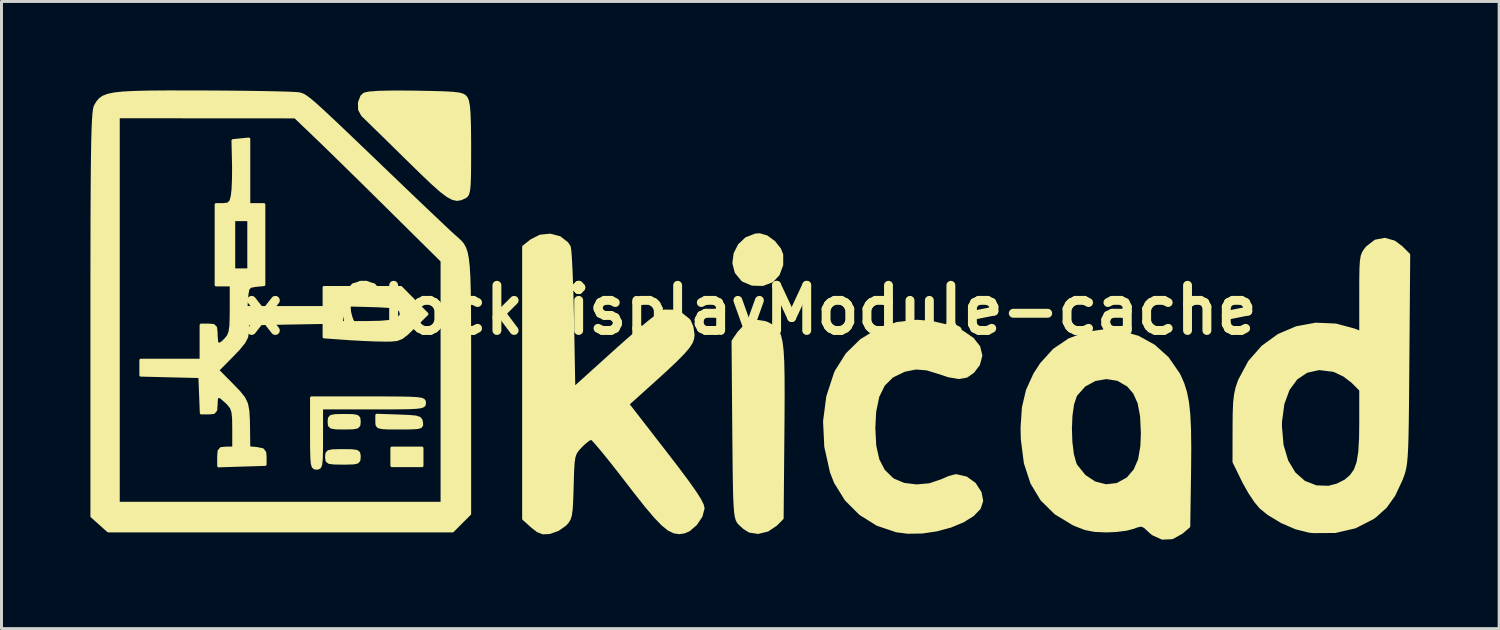
<source format=kicad_pcb>
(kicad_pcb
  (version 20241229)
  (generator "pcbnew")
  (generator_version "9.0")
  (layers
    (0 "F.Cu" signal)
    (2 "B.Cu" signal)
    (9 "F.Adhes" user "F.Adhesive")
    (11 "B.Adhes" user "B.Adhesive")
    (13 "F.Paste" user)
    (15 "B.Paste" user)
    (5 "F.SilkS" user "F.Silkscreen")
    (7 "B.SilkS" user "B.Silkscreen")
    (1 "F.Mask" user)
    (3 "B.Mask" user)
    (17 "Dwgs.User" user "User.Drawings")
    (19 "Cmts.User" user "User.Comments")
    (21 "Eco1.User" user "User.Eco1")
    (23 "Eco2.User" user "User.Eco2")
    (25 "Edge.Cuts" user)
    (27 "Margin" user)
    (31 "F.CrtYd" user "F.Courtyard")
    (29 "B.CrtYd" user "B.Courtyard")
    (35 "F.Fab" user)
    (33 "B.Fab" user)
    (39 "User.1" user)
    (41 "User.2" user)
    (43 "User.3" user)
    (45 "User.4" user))
  (footprint "x-ClockDisplayModule-cache"
    (layer "F.Cu")
    (at 22.275 7.408)
    (property "Reference" "x-ClockDisplayModule-cache" (at 0 0 0) (layer "F.SilkS") (effects (font (size 1.524 1.524) (thickness 0.3))))
    (attr through_hole)
    (fp_poly (pts (xy -11.091 5.249) (xy -11.599 5.249) (xy -12.107 5.249) (xy -12.107 4.953) (xy -12.107 4.657) (xy -11.599 4.657) (xy -11.091 4.657) (xy -11.091 4.953) (xy -11.091 5.249)) (stroke (width 0.1) (type solid)) (fill yes) (layer "F.SilkS"))
    (fp_poly (pts (xy 1.044 -1.868) (xy 1.044 -1.524) (xy 0.926 -1.205) (xy 0.716 -0.979) (xy 0.4 -0.863) (xy 0.05 -0.872) (xy -0.26 -1.003) (xy -0.282 -1.02) (xy -0.493 -1.277) (xy -0.571 -1.583) (xy -0.531 -1.898) (xy -0.387 -2.185) (xy -0.153 -2.408) (xy 0.156 -2.529) (xy 0.294 -2.54) (xy 0.537 -2.469) (xy 0.782 -2.289) (xy 0.972 -2.05) (xy 1.044 -1.868)) (stroke (width 0.1) (type solid)) (fill yes) (layer "F.SilkS"))
    (fp_poly (pts (xy -11.102 3.879) (xy -11.138 3.935) (xy -11.248 3.965) (xy -11.462 3.977) (xy -11.812 3.979) (xy -11.847 3.979) (xy -12.21 3.978) (xy -12.435 3.967) (xy -12.556 3.938) (xy -12.606 3.881) (xy -12.615 3.788) (xy -12.615 3.764) (xy -12.615 3.549) (xy -11.874 3.574) (xy -11.518 3.589) (xy -11.297 3.61) (xy -11.177 3.649) (xy -11.124 3.713) (xy -11.107 3.789) (xy -11.102 3.879)) (stroke (width 0.1) (type solid)) (fill yes) (layer "F.SilkS"))
    (fp_poly (pts (xy -13.208 3.768) (xy -13.219 3.885) (xy -13.278 3.948) (xy -13.424 3.974) (xy -13.698 3.979) (xy -13.716 3.979) (xy -13.998 3.975) (xy -14.15 3.95) (xy -14.212 3.889) (xy -14.224 3.775) (xy -14.224 3.768) (xy -14.213 3.65) (xy -14.154 3.587) (xy -14.008 3.561) (xy -13.734 3.556) (xy -13.716 3.556) (xy -13.434 3.56) (xy -13.282 3.585) (xy -13.22 3.646) (xy -13.208 3.76) (xy -13.208 3.768)) (stroke (width 0.1) (type solid)) (fill yes) (layer "F.SilkS"))
    (fp_poly (pts (xy -13.208 4.953) (xy -13.218 5.067) (xy -13.272 5.13) (xy -13.41 5.158) (xy -13.668 5.165) (xy -13.758 5.165) (xy -14.054 5.161) (xy -14.219 5.14) (xy -14.291 5.087) (xy -14.308 4.988) (xy -14.309 4.953) (xy -14.299 4.839) (xy -14.245 4.776) (xy -14.107 4.748) (xy -13.848 4.741) (xy -13.758 4.741) (xy -13.462 4.745) (xy -13.298 4.766) (xy -13.226 4.819) (xy -13.208 4.918) (xy -13.208 4.953)) (stroke (width 0.1) (type solid)) (fill yes) (layer "F.SilkS"))
    (fp_poly (pts (xy -11.007 3.133) (xy -11.013 3.19) (xy -11.047 3.232) (xy -11.13 3.262) (xy -11.284 3.282) (xy -11.529 3.294) (xy -11.889 3.3) (xy -12.383 3.302) (xy -12.742 3.302) (xy -14.478 3.302) (xy -14.478 4.318) (xy -14.48 4.747) (xy -14.488 5.035) (xy -14.507 5.209) (xy -14.542 5.298) (xy -14.597 5.33) (xy -14.647 5.334) (xy -14.714 5.325) (xy -14.761 5.281) (xy -14.791 5.177) (xy -14.807 4.985) (xy -14.815 4.68) (xy -14.817 4.237) (xy -14.817 4.149) (xy -14.817 2.963) (xy -12.912 2.963) (xy -12.297 2.964) (xy -11.831 2.967) (xy -11.493 2.974) (xy -11.263 2.987) (xy -11.12 3.007) (xy -11.043 3.038) (xy -11.012 3.08) (xy -11.007 3.133)) (stroke (width 0.1) (type solid)) (fill yes) (layer "F.SilkS"))
    (fp_poly (pts (xy 1.092 2.858) (xy 1.088 3.62) (xy 1.084 4.112) (xy 1.058 7.024) (xy 0.847 7.235) (xy 0.567 7.423) (xy 0.246 7.502) (xy -0.042 7.458) (xy -0.226 7.341) (xy -0.381 7.198) (xy -0.426 7.141) (xy -0.462 7.069) (xy -0.491 6.963) (xy -0.514 6.807) (xy -0.531 6.583) (xy -0.545 6.274) (xy -0.554 5.861) (xy -0.562 5.328) (xy -0.569 4.656) (xy -0.575 4.03) (xy -0.599 1.05) (xy -0.405 0.764) (xy -0.142 0.487) (xy 0.159 0.373) (xy 0.493 0.425) (xy 0.566 0.456) (xy 0.702 0.527) (xy 0.814 0.608) (xy 0.903 0.716) (xy 0.972 0.867) (xy 1.022 1.079) (xy 1.057 1.367) (xy 1.079 1.748) (xy 1.089 2.24) (xy 1.092 2.858)) (stroke (width 0.1) (type solid)) (fill yes) (layer "F.SilkS"))
    (fp_poly (pts (xy -9.483 -5.448) (xy -9.484 -4.899) (xy -9.489 -4.494) (xy -9.5 -4.212) (xy -9.52 -4.026) (xy -9.551 -3.912) (xy -9.595 -3.848) (xy -9.646 -3.813) (xy -9.78 -3.753) (xy -9.909 -3.732) (xy -10.051 -3.762) (xy -10.224 -3.854) (xy -10.444 -4.02) (xy -10.729 -4.272) (xy -11.097 -4.622) (xy -11.566 -5.08) (xy -11.588 -5.101) (xy -11.992 -5.499) (xy -12.36 -5.86) (xy -12.673 -6.166) (xy -12.913 -6.4) (xy -13.061 -6.544) (xy -13.096 -6.577) (xy -13.195 -6.76) (xy -13.202 -6.994) (xy -13.123 -7.202) (xy -13.035 -7.284) (xy -12.87 -7.321) (xy -12.541 -7.345) (xy -12.055 -7.355) (xy -11.417 -7.352) (xy -11.292 -7.35) (xy -10.736 -7.339) (xy -10.325 -7.327) (xy -10.035 -7.31) (xy -9.841 -7.287) (xy -9.719 -7.253) (xy -9.644 -7.206) (xy -9.603 -7.159) (xy -9.557 -7.058) (xy -9.524 -6.883) (xy -9.502 -6.612) (xy -9.489 -6.223) (xy -9.483 -5.695) (xy -9.483 -5.448)) (stroke (width 0.1) (type solid)) (fill yes) (layer "F.SilkS"))
    (fp_poly (pts (xy 7.789 6.434) (xy 7.71 6.679) (xy 7.489 6.909) (xy 7.157 7.116) (xy 6.743 7.288) (xy 6.275 7.415) (xy 5.782 7.488) (xy 5.292 7.496) (xy 4.92 7.448) (xy 4.271 7.23) (xy 3.695 6.87) (xy 3.216 6.391) (xy 2.857 5.814) (xy 2.719 5.46) (xy 2.529 4.608) (xy 2.488 3.752) (xy 2.596 2.921) (xy 2.85 2.144) (xy 2.889 2.059) (xy 3.247 1.491) (xy 3.722 1.026) (xy 4.29 0.677) (xy 4.925 0.456) (xy 5.601 0.378) (xy 6.094 0.416) (xy 6.67 0.55) (xy 7.134 0.74) (xy 7.478 0.975) (xy 7.69 1.244) (xy 7.761 1.534) (xy 7.681 1.834) (xy 7.493 2.082) (xy 7.277 2.232) (xy 7.014 2.277) (xy 6.671 2.218) (xy 6.37 2.117) (xy 5.937 1.985) (xy 5.57 1.956) (xy 5.204 2.028) (xy 5.156 2.044) (xy 4.766 2.234) (xy 4.478 2.519) (xy 4.285 2.913) (xy 4.179 3.432) (xy 4.151 3.983) (xy 4.183 4.586) (xy 4.289 5.056) (xy 4.477 5.418) (xy 4.758 5.694) (xy 4.817 5.735) (xy 5.165 5.88) (xy 5.592 5.932) (xy 6.036 5.892) (xy 6.435 5.757) (xy 6.68 5.651) (xy 6.889 5.592) (xy 6.935 5.588) (xy 7.267 5.665) (xy 7.547 5.868) (xy 7.734 6.157) (xy 7.789 6.434)) (stroke (width 0.1) (type solid)) (fill yes) (layer "F.SilkS"))
    (fp_poly (pts (xy 14.808 4.636) (xy 14.802 5.4) (xy 14.801 5.434) (xy 14.774 7.296) (xy 14.537 7.5) (xy 14.217 7.679) (xy 13.883 7.695) (xy 13.563 7.55) (xy 13.454 7.456) (xy 13.287 7.301) (xy 13.208 7.271) (xy 13.208 4.155) (xy 13.181 3.574) (xy 13.096 3.128) (xy 12.944 2.789) (xy 12.729 2.54) (xy 12.384 2.34) (xy 11.995 2.278) (xy 11.604 2.347) (xy 11.251 2.539) (xy 10.977 2.846) (xy 10.948 2.896) (xy 10.856 3.171) (xy 10.801 3.557) (xy 10.782 4.003) (xy 10.798 4.455) (xy 10.848 4.864) (xy 10.933 5.175) (xy 10.969 5.249) (xy 11.253 5.602) (xy 11.601 5.831) (xy 11.98 5.927) (xy 12.358 5.885) (xy 12.705 5.694) (xy 12.725 5.677) (xy 12.96 5.402) (xy 13.112 5.05) (xy 13.191 4.59) (xy 13.208 4.155) (xy 13.208 7.271) (xy 13.161 7.253) (xy 13.002 7.292) (xy 12.913 7.329) (xy 12.671 7.393) (xy 12.331 7.436) (xy 12.004 7.451) (xy 11.609 7.435) (xy 11.293 7.375) (xy 10.968 7.251) (xy 10.872 7.207) (xy 10.283 6.85) (xy 9.82 6.394) (xy 9.481 5.832) (xy 9.261 5.159) (xy 9.159 4.367) (xy 9.149 3.979) (xy 9.194 3.294) (xy 9.332 2.707) (xy 9.579 2.166) (xy 9.796 1.829) (xy 10.23 1.349) (xy 10.741 1.003) (xy 11.304 0.788) (xy 11.895 0.704) (xy 12.49 0.748) (xy 13.065 0.918) (xy 13.596 1.211) (xy 14.058 1.627) (xy 14.427 2.162) (xy 14.459 2.223) (xy 14.575 2.489) (xy 14.665 2.776) (xy 14.731 3.111) (xy 14.775 3.516) (xy 14.799 4.016) (xy 14.808 4.636)) (stroke (width 0.1) (type solid)) (fill yes) (layer "F.SilkS"))
    (fp_poly (pts (xy -1.609 6.689) (xy -1.679 6.952) (xy -1.856 7.216) (xy -2.089 7.418) (xy -2.243 7.485) (xy -2.416 7.51) (xy -2.585 7.485) (xy -2.766 7.396) (xy -2.972 7.229) (xy -3.221 6.972) (xy -3.528 6.611) (xy -3.907 6.131) (xy -4.151 5.815) (xy -4.486 5.382) (xy -4.79 4.998) (xy -5.048 4.682) (xy -5.242 4.455) (xy -5.358 4.335) (xy -5.381 4.321) (xy -5.489 4.376) (xy -5.657 4.517) (xy -5.733 4.593) (xy -5.842 4.711) (xy -5.916 4.821) (xy -5.964 4.957) (xy -5.993 5.153) (xy -6.01 5.445) (xy -6.023 5.866) (xy -6.025 5.946) (xy -6.039 6.394) (xy -6.056 6.705) (xy -6.083 6.914) (xy -6.127 7.054) (xy -6.193 7.157) (xy -6.27 7.24) (xy -6.509 7.406) (xy -6.785 7.504) (xy -6.787 7.505) (xy -7.006 7.516) (xy -7.186 7.447) (xy -7.376 7.297) (xy -7.662 7.041) (xy -7.662 2.454) (xy -7.662 -2.133) (xy -7.408 -2.336) (xy -7.101 -2.493) (xy -6.766 -2.526) (xy -6.449 -2.443) (xy -6.202 -2.252) (xy -6.125 -2.133) (xy -6.105 -2.013) (xy -6.084 -1.747) (xy -6.064 -1.359) (xy -6.044 -0.872) (xy -6.027 -0.31) (xy -6.013 0.304) (xy -6.012 0.329) (xy -5.969 2.648) (xy -4.553 1.369) (xy -4.133 0.995) (xy -3.743 0.659) (xy -3.404 0.379) (xy -3.137 0.171) (xy -2.964 0.054) (xy -2.922 0.035) (xy -2.634 0.037) (xy -2.332 0.148) (xy -2.094 0.339) (xy -2.071 0.369) (xy -1.984 0.578) (xy -1.947 0.834) (xy -1.947 0.836) (xy -1.961 0.963) (xy -2.011 1.096) (xy -2.112 1.251) (xy -2.278 1.445) (xy -2.525 1.695) (xy -2.866 2.017) (xy -3.317 2.427) (xy -3.493 2.585) (xy -4.149 3.175) (xy -2.879 4.812) (xy -2.45 5.37) (xy -2.12 5.813) (xy -1.88 6.153) (xy -1.721 6.404) (xy -1.634 6.58) (xy -1.609 6.689)) (stroke (width 0.1) (type solid)) (fill yes) (layer "F.SilkS"))
    (fp_poly (pts (xy 22.193 -1.866) (xy 22.165 1.671) (xy 22.158 2.538) (xy 22.152 3.253) (xy 22.144 3.833) (xy 22.135 4.297) (xy 22.123 4.66) (xy 22.107 4.94) (xy 22.087 5.156) (xy 22.061 5.323) (xy 22.028 5.46) (xy 21.988 5.584) (xy 21.939 5.712) (xy 21.938 5.715) (xy 21.695 6.235) (xy 21.414 6.632) (xy 21.062 6.95) (xy 20.974 7.013) (xy 20.574 7.217) (xy 20.574 3.834) (xy 20.574 2.692) (xy 20.294 2.412) (xy 20.015 2.2) (xy 19.695 2.048) (xy 19.645 2.033) (xy 19.166 1.975) (xy 18.747 2.069) (xy 18.398 2.304) (xy 18.129 2.67) (xy 17.95 3.156) (xy 17.87 3.753) (xy 17.866 3.931) (xy 17.922 4.562) (xy 18.08 5.093) (xy 18.331 5.512) (xy 18.665 5.806) (xy 19.072 5.964) (xy 19.491 5.978) (xy 19.783 5.902) (xy 20.056 5.764) (xy 20.064 5.759) (xy 20.253 5.596) (xy 20.39 5.399) (xy 20.484 5.139) (xy 20.541 4.788) (xy 20.568 4.319) (xy 20.574 3.834) (xy 20.574 7.217) (xy 20.382 7.315) (xy 19.714 7.47) (xy 18.977 7.475) (xy 18.838 7.46) (xy 18.393 7.349) (xy 17.911 7.141) (xy 17.461 6.869) (xy 17.202 6.659) (xy 17.029 6.452) (xy 16.827 6.15) (xy 16.637 5.812) (xy 16.61 5.757) (xy 16.299 5.122) (xy 16.301 3.979) (xy 16.305 3.488) (xy 16.32 3.125) (xy 16.351 2.85) (xy 16.401 2.624) (xy 16.476 2.404) (xy 16.492 2.364) (xy 16.823 1.748) (xy 17.268 1.242) (xy 17.804 0.854) (xy 18.409 0.596) (xy 19.059 0.476) (xy 19.732 0.506) (xy 20.341 0.669) (xy 20.574 0.758) (xy 20.574 -0.546) (xy 20.575 -1.043) (xy 20.581 -1.401) (xy 20.595 -1.649) (xy 20.623 -1.819) (xy 20.669 -1.939) (xy 20.736 -2.04) (xy 20.793 -2.11) (xy 21.069 -2.324) (xy 21.384 -2.385) (xy 21.708 -2.293) (xy 21.94 -2.118) (xy 22.193 -1.866)) (stroke (width 0.1) (type solid)) (fill yes) (layer "F.SilkS"))
    (fp_poly (pts (xy -9.483 1.347) (xy -9.483 2.307) (xy -9.483 2.544) (xy -9.483 6.875) (xy -9.771 7.163) (xy -10.058 7.451) (xy -10.414 7.451) (xy -10.414 6.519) (xy -10.414 2.429) (xy -10.414 -1.66) (xy -12.171 -3.399) (xy -12.663 -3.885) (xy -13.156 -4.371) (xy -13.625 -4.831) (xy -14.047 -5.244) (xy -14.396 -5.584) (xy -14.647 -5.826) (xy -15.367 -6.515) (xy -18.352 -6.517) (xy -21.336 -6.519) (xy -21.336 0) (xy -21.336 6.519) (xy -15.875 6.519) (xy -10.414 6.519) (xy -10.414 7.451) (xy -15.865 7.451) (xy -21.672 7.451) (xy -21.948 7.204) (xy -22.225 6.957) (xy -22.225 0.147) (xy -22.225 -1.119) (xy -22.223 -2.226) (xy -22.221 -3.184) (xy -22.217 -4.004) (xy -22.212 -4.697) (xy -22.205 -5.272) (xy -22.197 -5.741) (xy -22.186 -6.114) (xy -22.173 -6.401) (xy -22.158 -6.612) (xy -22.141 -6.759) (xy -22.12 -6.85) (xy -22.107 -6.884) (xy -22.036 -7.004) (xy -21.954 -7.103) (xy -21.844 -7.182) (xy -21.689 -7.243) (xy -21.474 -7.289) (xy -21.181 -7.321) (xy -20.793 -7.341) (xy -20.295 -7.353) (xy -19.668 -7.358) (xy -18.898 -7.357) (xy -18.445 -7.356) (xy -17.74 -7.352) (xy -17.081 -7.346) (xy -16.49 -7.337) (xy -15.987 -7.327) (xy -15.593 -7.316) (xy -15.33 -7.303) (xy -15.225 -7.292) (xy -15.159 -7.274) (xy -15.089 -7.244) (xy -15.003 -7.191) (xy -14.89 -7.107) (xy -14.737 -6.979) (xy -14.535 -6.798) (xy -14.271 -6.554) (xy -13.934 -6.237) (xy -13.512 -5.835) (xy -12.994 -5.34) (xy -12.368 -4.739) (xy -12.192 -4.57) (xy -11.707 -4.105) (xy -11.25 -3.668) (xy -10.836 -3.274) (xy -10.485 -2.942) (xy -10.214 -2.686) (xy -10.041 -2.525) (xy -10.003 -2.492) (xy -9.89 -2.394) (xy -9.795 -2.303) (xy -9.715 -2.207) (xy -9.651 -2.089) (xy -9.599 -1.936) (xy -9.56 -1.733) (xy -9.53 -1.465) (xy -9.509 -1.119) (xy -9.496 -0.679) (xy -9.488 -0.131) (xy -9.484 0.54) (xy -9.483 1.347)) (stroke (width 0.1) (type solid)) (fill yes) (layer "F.SilkS"))
    (fp_poly (pts (xy -10.922 0.133) (xy -11.369 0.574) (xy -11.604 0.801) (xy -11.776 0.932) (xy -11.785 0.936) (xy -11.785 0.166) (xy -11.813 0.034) (xy -11.822 0.019) (xy -11.89 -0.047) (xy -12.016 -0.093) (xy -12.23 -0.123) (xy -12.564 -0.142) (xy -12.857 -0.151) (xy -13.801 -0.175) (xy -13.801 0.124) (xy -13.801 0.423) (xy -12.933 0.421) (xy -12.479 0.411) (xy -12.167 0.382) (xy -11.969 0.332) (xy -11.898 0.291) (xy -11.785 0.166) (xy -11.785 0.936) (xy -11.939 0.995) (xy -12.15 1.015) (xy -12.33 1.016) (xy -12.662 1.01) (xy -13.084 0.992) (xy -13.517 0.968) (xy -13.618 0.961) (xy -14.393 0.906) (xy -14.393 0.662) (xy -14.393 0.419) (xy -15.684 0.442) (xy -16.976 0.466) (xy -16.979 0.741) (xy -17.005 0.91) (xy -17.098 1.088) (xy -17.279 1.31) (xy -17.484 1.524) (xy -17.986 2.032) (xy -17.488 2.535) (xy -17.256 2.776) (xy -17.102 2.97) (xy -17.01 3.162) (xy -16.964 3.398) (xy -16.945 3.724) (xy -16.94 4.037) (xy -16.933 4.646) (xy -16.658 4.672) (xy -16.467 4.711) (xy -16.393 4.809) (xy -16.383 4.953) (xy -16.383 5.207) (xy -17.166 5.231) (xy -17.949 5.256) (xy -17.949 4.956) (xy -17.936 4.756) (xy -17.865 4.673) (xy -17.695 4.657) (xy -17.441 4.657) (xy -17.441 3.995) (xy -17.446 3.655) (xy -17.469 3.435) (xy -17.523 3.287) (xy -17.621 3.163) (xy -17.679 3.106) (xy -17.873 2.936) (xy -17.981 2.899) (xy -18.026 2.999) (xy -18.034 3.175) (xy -18.048 3.374) (xy -18.12 3.456) (xy -18.284 3.471) (xy -18.535 3.471) (xy -18.559 2.857) (xy -18.584 2.244) (xy -19.579 2.22) (xy -20.574 2.196) (xy -20.574 1.945) (xy -20.574 1.693) (xy -19.558 1.693) (xy -18.542 1.693) (xy -18.542 1.101) (xy -18.542 0.508) (xy -18.288 0.508) (xy -18.125 0.521) (xy -18.053 0.594) (xy -18.034 0.774) (xy -18.034 0.847) (xy -18.016 1.089) (xy -17.952 1.171) (xy -17.824 1.101) (xy -17.71 0.989) (xy -17.623 0.879) (xy -17.569 0.744) (xy -17.539 0.545) (xy -17.528 0.242) (xy -17.526 -0.027) (xy -17.526 -0.847) (xy -17.78 -0.847) (xy -18.034 -0.847) (xy -18.034 -2.201) (xy -18.034 -3.556) (xy -17.789 -3.556) (xy -17.62 -3.579) (xy -17.533 -3.68) (xy -17.488 -3.858) (xy -17.464 -4.081) (xy -17.45 -4.414) (xy -17.447 -4.797) (xy -17.449 -4.938) (xy -17.467 -5.715) (xy -17.2 -5.742) (xy -16.933 -5.768) (xy -16.933 -4.662) (xy -16.933 -3.556) (xy -16.679 -3.556) (xy -16.425 -3.556) (xy -16.425 -2.207) (xy -16.425 -0.857) (xy -16.701 -0.831) (xy -16.875 -0.8) (xy -16.933 -0.744) (xy -16.933 -1.355) (xy -16.933 -2.201) (xy -16.933 -3.048) (xy -17.187 -3.048) (xy -17.441 -3.048) (xy -17.441 -2.201) (xy -17.441 -1.355) (xy -17.187 -1.355) (xy -16.933 -1.355) (xy -16.933 -0.744) (xy -16.959 -0.719) (xy -16.994 -0.537) (xy -17.002 -0.445) (xy -17.028 -0.085) (xy -15.711 -0.085) (xy -14.393 -0.085) (xy -14.393 -0.423) (xy -14.393 -0.762) (xy -13.099 -0.762) (xy -11.805 -0.762) (xy -11.363 -0.315) (xy -10.922 0.133)) (stroke (width 0.1) (type solid)) (fill yes) (layer "F.SilkS")))
  (gr_rect
    (start -3 -3)
    (end 47.518 18.153)
    (stroke (width 0.1) (type default))
    (fill no)
    (layer "Edge.Cuts")))
</source>
